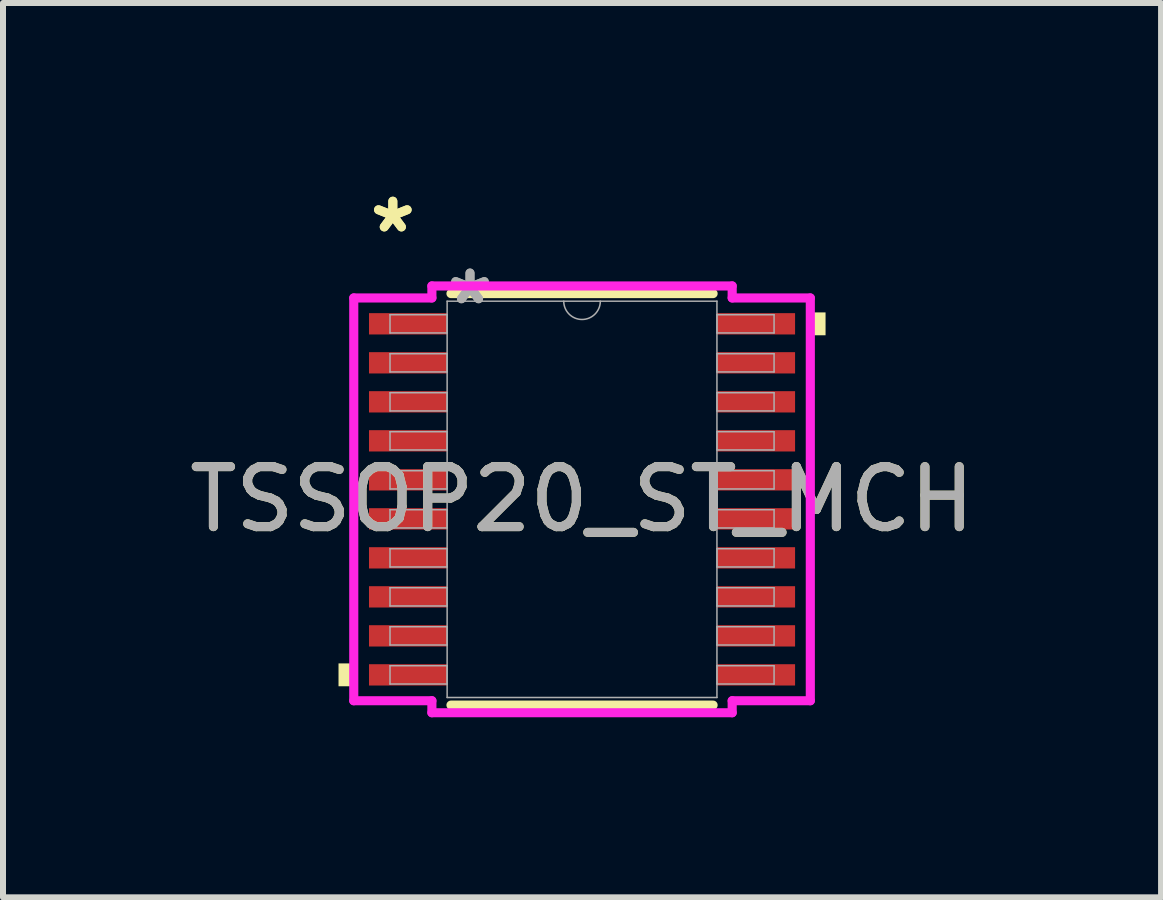
<source format=kicad_pcb>
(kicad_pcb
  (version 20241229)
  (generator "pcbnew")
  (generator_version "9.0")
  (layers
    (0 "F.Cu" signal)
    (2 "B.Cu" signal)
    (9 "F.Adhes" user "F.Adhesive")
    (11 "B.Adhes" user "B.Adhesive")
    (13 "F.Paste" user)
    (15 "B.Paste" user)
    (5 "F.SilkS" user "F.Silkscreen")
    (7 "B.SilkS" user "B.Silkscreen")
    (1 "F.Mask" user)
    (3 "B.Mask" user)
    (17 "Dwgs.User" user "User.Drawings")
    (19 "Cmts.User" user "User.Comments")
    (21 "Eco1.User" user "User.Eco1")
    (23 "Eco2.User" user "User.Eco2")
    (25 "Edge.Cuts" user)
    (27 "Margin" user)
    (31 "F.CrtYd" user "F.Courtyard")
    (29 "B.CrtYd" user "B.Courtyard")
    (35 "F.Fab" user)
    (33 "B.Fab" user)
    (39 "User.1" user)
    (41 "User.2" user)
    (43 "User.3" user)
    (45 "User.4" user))
  (footprint "TSSOP20_ST_MCH"
    (layer "F.Cu")
    (at 6.649 5.271)
    (property "Reference" "TSSOP20_ST_MCH" (at 0 0 0) (unlocked yes) (layer "F.SilkS") (effects (font (size 1 1) (thickness 0.15))))
    (attr smd)
    (fp_line (start -2.184 3.429) (end 2.184 3.429) (stroke (width 0.152) (type solid)) (layer "F.SilkS"))
    (fp_line (start 2.184 -3.429) (end -2.184 -3.429) (stroke (width 0.152) (type solid)) (layer "F.SilkS"))
    (fp_poly (pts (xy -4.058 2.734) (xy -4.058 3.115) (xy -3.804 3.115) (xy -3.804 2.734)) (stroke (width 0) (type solid)) (fill yes) (layer "F.SilkS"))
    (fp_poly (pts (xy 4.058 -3.115) (xy 4.058 -2.734) (xy 3.804 -2.734) (xy 3.804 -3.115)) (stroke (width 0) (type solid)) (fill yes) (layer "F.SilkS"))
    (fp_line (start -3.804 -3.356) (end -2.502 -3.356) (stroke (width 0.152) (type solid)) (layer "F.CrtYd"))
    (fp_line (start -3.804 3.356) (end -3.804 -3.356) (stroke (width 0.152) (type solid)) (layer "F.CrtYd"))
    (fp_line (start -3.804 3.356) (end -2.502 3.356) (stroke (width 0.152) (type solid)) (layer "F.CrtYd"))
    (fp_line (start -2.502 -3.556) (end 2.502 -3.556) (stroke (width 0.152) (type solid)) (layer "F.CrtYd"))
    (fp_line (start -2.502 -3.356) (end -2.502 -3.556) (stroke (width 0.152) (type solid)) (layer "F.CrtYd"))
    (fp_line (start -2.502 3.556) (end -2.502 3.356) (stroke (width 0.152) (type solid)) (layer "F.CrtYd"))
    (fp_line (start 2.502 -3.556) (end 2.502 -3.356) (stroke (width 0.152) (type solid)) (layer "F.CrtYd"))
    (fp_line (start 2.502 3.356) (end 2.502 3.556) (stroke (width 0.152) (type solid)) (layer "F.CrtYd"))
    (fp_line (start 2.502 3.556) (end -2.502 3.556) (stroke (width 0.152) (type solid)) (layer "F.CrtYd"))
    (fp_line (start 3.804 -3.356) (end 2.502 -3.356) (stroke (width 0.152) (type solid)) (layer "F.CrtYd"))
    (fp_line (start 3.804 -3.356) (end 3.804 3.356) (stroke (width 0.152) (type solid)) (layer "F.CrtYd"))
    (fp_line (start 3.804 3.356) (end 2.502 3.356) (stroke (width 0.152) (type solid)) (layer "F.CrtYd"))
    (fp_line (start -3.2 -3.077) (end -3.2 -2.773) (stroke (width 0.025) (type solid)) (layer "F.Fab"))
    (fp_line (start -3.2 -2.773) (end -2.248 -2.773) (stroke (width 0.025) (type solid)) (layer "F.Fab"))
    (fp_line (start -3.2 -2.427) (end -3.2 -2.123) (stroke (width 0.025) (type solid)) (layer "F.Fab"))
    (fp_line (start -3.2 -2.123) (end -2.248 -2.123) (stroke (width 0.025) (type solid)) (layer "F.Fab"))
    (fp_line (start -3.2 -1.777) (end -3.2 -1.473) (stroke (width 0.025) (type solid)) (layer "F.Fab"))
    (fp_line (start -3.2 -1.473) (end -2.248 -1.473) (stroke (width 0.025) (type solid)) (layer "F.Fab"))
    (fp_line (start -3.2 -1.127) (end -3.2 -0.823) (stroke (width 0.025) (type solid)) (layer "F.Fab"))
    (fp_line (start -3.2 -0.823) (end -2.248 -0.823) (stroke (width 0.025) (type solid)) (layer "F.Fab"))
    (fp_line (start -3.2 -0.477) (end -3.2 -0.173) (stroke (width 0.025) (type solid)) (layer "F.Fab"))
    (fp_line (start -3.2 -0.173) (end -2.248 -0.173) (stroke (width 0.025) (type solid)) (layer "F.Fab"))
    (fp_line (start -3.2 0.173) (end -3.2 0.477) (stroke (width 0.025) (type solid)) (layer "F.Fab"))
    (fp_line (start -3.2 0.477) (end -2.248 0.477) (stroke (width 0.025) (type solid)) (layer "F.Fab"))
    (fp_line (start -3.2 0.823) (end -3.2 1.127) (stroke (width 0.025) (type solid)) (layer "F.Fab"))
    (fp_line (start -3.2 1.127) (end -2.248 1.127) (stroke (width 0.025) (type solid)) (layer "F.Fab"))
    (fp_line (start -3.2 1.473) (end -3.2 1.777) (stroke (width 0.025) (type solid)) (layer "F.Fab"))
    (fp_line (start -3.2 1.777) (end -2.248 1.777) (stroke (width 0.025) (type solid)) (layer "F.Fab"))
    (fp_line (start -3.2 2.123) (end -3.2 2.427) (stroke (width 0.025) (type solid)) (layer "F.Fab"))
    (fp_line (start -3.2 2.427) (end -2.248 2.427) (stroke (width 0.025) (type solid)) (layer "F.Fab"))
    (fp_line (start -3.2 2.773) (end -3.2 3.077) (stroke (width 0.025) (type solid)) (layer "F.Fab"))
    (fp_line (start -3.2 3.077) (end -2.248 3.077) (stroke (width 0.025) (type solid)) (layer "F.Fab"))
    (fp_line (start -2.248 -3.302) (end -2.248 3.302) (stroke (width 0.025) (type solid)) (layer "F.Fab"))
    (fp_line (start -2.248 -3.077) (end -3.2 -3.077) (stroke (width 0.025) (type solid)) (layer "F.Fab"))
    (fp_line (start -2.248 -2.773) (end -2.248 -3.077) (stroke (width 0.025) (type solid)) (layer "F.Fab"))
    (fp_line (start -2.248 -2.427) (end -3.2 -2.427) (stroke (width 0.025) (type solid)) (layer "F.Fab"))
    (fp_line (start -2.248 -2.123) (end -2.248 -2.427) (stroke (width 0.025) (type solid)) (layer "F.Fab"))
    (fp_line (start -2.248 -1.777) (end -3.2 -1.777) (stroke (width 0.025) (type solid)) (layer "F.Fab"))
    (fp_line (start -2.248 -1.473) (end -2.248 -1.777) (stroke (width 0.025) (type solid)) (layer "F.Fab"))
    (fp_line (start -2.248 -1.127) (end -3.2 -1.127) (stroke (width 0.025) (type solid)) (layer "F.Fab"))
    (fp_line (start -2.248 -0.823) (end -2.248 -1.127) (stroke (width 0.025) (type solid)) (layer "F.Fab"))
    (fp_line (start -2.248 -0.477) (end -3.2 -0.477) (stroke (width 0.025) (type solid)) (layer "F.Fab"))
    (fp_line (start -2.248 -0.173) (end -2.248 -0.477) (stroke (width 0.025) (type solid)) (layer "F.Fab"))
    (fp_line (start -2.248 0.173) (end -3.2 0.173) (stroke (width 0.025) (type solid)) (layer "F.Fab"))
    (fp_line (start -2.248 0.477) (end -2.248 0.173) (stroke (width 0.025) (type solid)) (layer "F.Fab"))
    (fp_line (start -2.248 0.823) (end -3.2 0.823) (stroke (width 0.025) (type solid)) (layer "F.Fab"))
    (fp_line (start -2.248 1.127) (end -2.248 0.823) (stroke (width 0.025) (type solid)) (layer "F.Fab"))
    (fp_line (start -2.248 1.473) (end -3.2 1.473) (stroke (width 0.025) (type solid)) (layer "F.Fab"))
    (fp_line (start -2.248 1.777) (end -2.248 1.473) (stroke (width 0.025) (type solid)) (layer "F.Fab"))
    (fp_line (start -2.248 2.123) (end -3.2 2.123) (stroke (width 0.025) (type solid)) (layer "F.Fab"))
    (fp_line (start -2.248 2.427) (end -2.248 2.123) (stroke (width 0.025) (type solid)) (layer "F.Fab"))
    (fp_line (start -2.248 2.773) (end -3.2 2.773) (stroke (width 0.025) (type solid)) (layer "F.Fab"))
    (fp_line (start -2.248 3.077) (end -2.248 2.773) (stroke (width 0.025) (type solid)) (layer "F.Fab"))
    (fp_line (start -2.248 3.302) (end 2.248 3.302) (stroke (width 0.025) (type solid)) (layer "F.Fab"))
    (fp_line (start 2.248 -3.302) (end -2.248 -3.302) (stroke (width 0.025) (type solid)) (layer "F.Fab"))
    (fp_line (start 2.248 -3.077) (end 2.248 -2.773) (stroke (width 0.025) (type solid)) (layer "F.Fab"))
    (fp_line (start 2.248 -2.773) (end 3.2 -2.773) (stroke (width 0.025) (type solid)) (layer "F.Fab"))
    (fp_line (start 2.248 -2.427) (end 2.248 -2.123) (stroke (width 0.025) (type solid)) (layer "F.Fab"))
    (fp_line (start 2.248 -2.123) (end 3.2 -2.123) (stroke (width 0.025) (type solid)) (layer "F.Fab"))
    (fp_line (start 2.248 -1.777) (end 2.248 -1.473) (stroke (width 0.025) (type solid)) (layer "F.Fab"))
    (fp_line (start 2.248 -1.473) (end 3.2 -1.473) (stroke (width 0.025) (type solid)) (layer "F.Fab"))
    (fp_line (start 2.248 -1.127) (end 2.248 -0.823) (stroke (width 0.025) (type solid)) (layer "F.Fab"))
    (fp_line (start 2.248 -0.823) (end 3.2 -0.823) (stroke (width 0.025) (type solid)) (layer "F.Fab"))
    (fp_line (start 2.248 -0.477) (end 2.248 -0.173) (stroke (width 0.025) (type solid)) (layer "F.Fab"))
    (fp_line (start 2.248 -0.173) (end 3.2 -0.173) (stroke (width 0.025) (type solid)) (layer "F.Fab"))
    (fp_line (start 2.248 0.173) (end 2.248 0.477) (stroke (width 0.025) (type solid)) (layer "F.Fab"))
    (fp_line (start 2.248 0.477) (end 3.2 0.477) (stroke (width 0.025) (type solid)) (layer "F.Fab"))
    (fp_line (start 2.248 0.823) (end 2.248 1.127) (stroke (width 0.025) (type solid)) (layer "F.Fab"))
    (fp_line (start 2.248 1.127) (end 3.2 1.127) (stroke (width 0.025) (type solid)) (layer "F.Fab"))
    (fp_line (start 2.248 1.473) (end 2.248 1.777) (stroke (width 0.025) (type solid)) (layer "F.Fab"))
    (fp_line (start 2.248 1.777) (end 3.2 1.777) (stroke (width 0.025) (type solid)) (layer "F.Fab"))
    (fp_line (start 2.248 2.123) (end 2.248 2.427) (stroke (width 0.025) (type solid)) (layer "F.Fab"))
    (fp_line (start 2.248 2.427) (end 3.2 2.427) (stroke (width 0.025) (type solid)) (layer "F.Fab"))
    (fp_line (start 2.248 2.773) (end 2.248 3.077) (stroke (width 0.025) (type solid)) (layer "F.Fab"))
    (fp_line (start 2.248 3.077) (end 3.2 3.077) (stroke (width 0.025) (type solid)) (layer "F.Fab"))
    (fp_line (start 2.248 3.302) (end 2.248 -3.302) (stroke (width 0.025) (type solid)) (layer "F.Fab"))
    (fp_line (start 3.2 -3.077) (end 2.248 -3.077) (stroke (width 0.025) (type solid)) (layer "F.Fab"))
    (fp_line (start 3.2 -2.773) (end 3.2 -3.077) (stroke (width 0.025) (type solid)) (layer "F.Fab"))
    (fp_line (start 3.2 -2.427) (end 2.248 -2.427) (stroke (width 0.025) (type solid)) (layer "F.Fab"))
    (fp_line (start 3.2 -2.123) (end 3.2 -2.427) (stroke (width 0.025) (type solid)) (layer "F.Fab"))
    (fp_line (start 3.2 -1.777) (end 2.248 -1.777) (stroke (width 0.025) (type solid)) (layer "F.Fab"))
    (fp_line (start 3.2 -1.473) (end 3.2 -1.777) (stroke (width 0.025) (type solid)) (layer "F.Fab"))
    (fp_line (start 3.2 -1.127) (end 2.248 -1.127) (stroke (width 0.025) (type solid)) (layer "F.Fab"))
    (fp_line (start 3.2 -0.823) (end 3.2 -1.127) (stroke (width 0.025) (type solid)) (layer "F.Fab"))
    (fp_line (start 3.2 -0.477) (end 2.248 -0.477) (stroke (width 0.025) (type solid)) (layer "F.Fab"))
    (fp_line (start 3.2 -0.173) (end 3.2 -0.477) (stroke (width 0.025) (type solid)) (layer "F.Fab"))
    (fp_line (start 3.2 0.173) (end 2.248 0.173) (stroke (width 0.025) (type solid)) (layer "F.Fab"))
    (fp_line (start 3.2 0.477) (end 3.2 0.173) (stroke (width 0.025) (type solid)) (layer "F.Fab"))
    (fp_line (start 3.2 0.823) (end 2.248 0.823) (stroke (width 0.025) (type solid)) (layer "F.Fab"))
    (fp_line (start 3.2 1.127) (end 3.2 0.823) (stroke (width 0.025) (type solid)) (layer "F.Fab"))
    (fp_line (start 3.2 1.473) (end 2.248 1.473) (stroke (width 0.025) (type solid)) (layer "F.Fab"))
    (fp_line (start 3.2 1.777) (end 3.2 1.473) (stroke (width 0.025) (type solid)) (layer "F.Fab"))
    (fp_line (start 3.2 2.123) (end 2.248 2.123) (stroke (width 0.025) (type solid)) (layer "F.Fab"))
    (fp_line (start 3.2 2.427) (end 3.2 2.123) (stroke (width 0.025) (type solid)) (layer "F.Fab"))
    (fp_line (start 3.2 2.773) (end 2.248 2.773) (stroke (width 0.025) (type solid)) (layer "F.Fab"))
    (fp_line (start 3.2 3.077) (end 3.2 2.773) (stroke (width 0.025) (type solid)) (layer "F.Fab"))
    (fp_arc (start 0.3048 -3.302) (mid 0 -2.9972) (end -0.3048 -3.302) (stroke (width 0.0254) (type solid)) (layer "F.Fab"))
    (fp_text user "*" (at -3.153 -4.423 0) (layer "F.SilkS") (effects (font (size 1 1) (thickness 0.15))))
    (fp_text user "*" (at -3.153 -4.423 0) (unlocked yes) (layer "F.SilkS") (effects (font (size 1 1) (thickness 0.15))))
    (fp_text user "${REFERENCE}" (at 0 0 0) (unlocked yes) (layer "F.Fab") (effects (font (size 1 1) (thickness 0.15))))
    (fp_text user "*" (at -1.867 -3.226 0) (unlocked yes) (layer "F.Fab") (effects (font (size 1 1) (thickness 0.15))))
    (fp_text user "*" (at -1.867 -3.226 0) (layer "F.Fab") (effects (font (size 1 1) (thickness 0.15))))
    (pad "1" smd rect (at -2.899 -2.925) (size 1.302 0.355) (layers "F.Cu" "F.Mask" "F.Paste"))
    (pad "2" smd rect (at -2.899 -2.275) (size 1.302 0.355) (layers "F.Cu" "F.Mask" "F.Paste"))
    (pad "3" smd rect (at -2.899 -1.625) (size 1.302 0.355) (layers "F.Cu" "F.Mask" "F.Paste"))
    (pad "4" smd rect (at -2.899 -0.975) (size 1.302 0.355) (layers "F.Cu" "F.Mask" "F.Paste"))
    (pad "5" smd rect (at -2.899 -0.325) (size 1.302 0.355) (layers "F.Cu" "F.Mask" "F.Paste"))
    (pad "6" smd rect (at -2.899 0.325) (size 1.302 0.355) (layers "F.Cu" "F.Mask" "F.Paste"))
    (pad "7" smd rect (at -2.899 0.975) (size 1.302 0.355) (layers "F.Cu" "F.Mask" "F.Paste"))
    (pad "8" smd rect (at -2.899 1.625) (size 1.302 0.355) (layers "F.Cu" "F.Mask" "F.Paste"))
    (pad "9" smd rect (at -2.899 2.275) (size 1.302 0.355) (layers "F.Cu" "F.Mask" "F.Paste"))
    (pad "10" smd rect (at -2.899 2.925) (size 1.302 0.355) (layers "F.Cu" "F.Mask" "F.Paste"))
    (pad "11" smd rect (at 2.899 2.925) (size 1.302 0.355) (layers "F.Cu" "F.Mask" "F.Paste"))
    (pad "12" smd rect (at 2.899 2.275) (size 1.302 0.355) (layers "F.Cu" "F.Mask" "F.Paste"))
    (pad "13" smd rect (at 2.899 1.625) (size 1.302 0.355) (layers "F.Cu" "F.Mask" "F.Paste"))
    (pad "14" smd rect (at 2.899 0.975) (size 1.302 0.355) (layers "F.Cu" "F.Mask" "F.Paste"))
    (pad "15" smd rect (at 2.899 0.325) (size 1.302 0.355) (layers "F.Cu" "F.Mask" "F.Paste"))
    (pad "16" smd rect (at 2.899 -0.325) (size 1.302 0.355) (layers "F.Cu" "F.Mask" "F.Paste"))
    (pad "17" smd rect (at 2.899 -0.975) (size 1.302 0.355) (layers "F.Cu" "F.Mask" "F.Paste"))
    (pad "18" smd rect (at 2.899 -1.625) (size 1.302 0.355) (layers "F.Cu" "F.Mask" "F.Paste"))
    (pad "19" smd rect (at 2.899 -2.275) (size 1.302 0.355) (layers "F.Cu" "F.Mask" "F.Paste"))
    (pad "20" smd rect (at 2.899 -2.925) (size 1.302 0.355) (layers "F.Cu" "F.Mask" "F.Paste")))
  (gr_rect
    (start -3 -3)
    (end 16.298 11.903)
    (stroke (width 0.1) (type default))
    (fill no)
    (layer "Edge.Cuts")))
</source>
